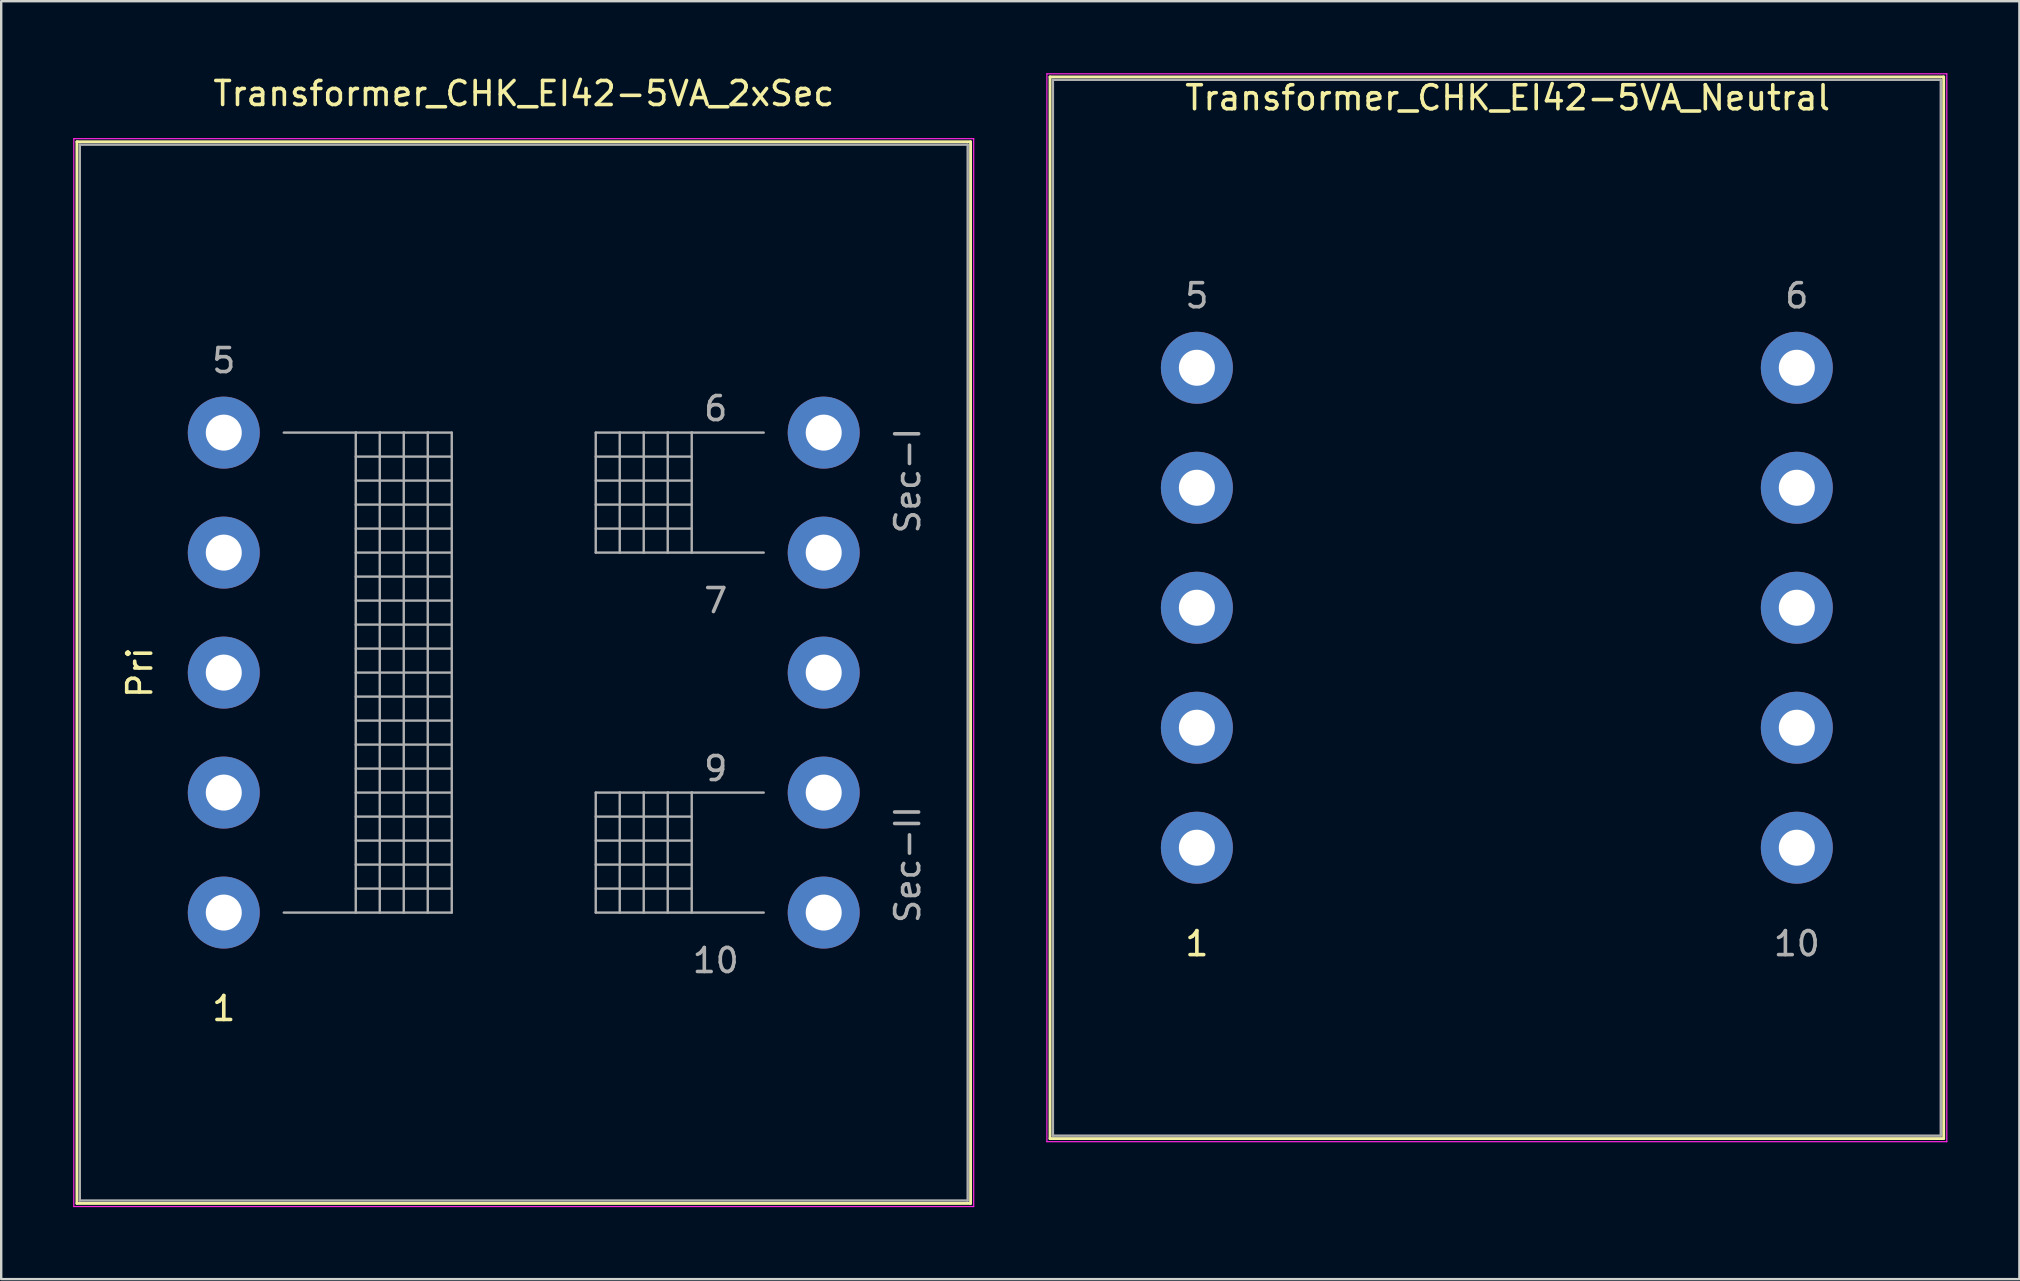
<source format=kicad_pcb>
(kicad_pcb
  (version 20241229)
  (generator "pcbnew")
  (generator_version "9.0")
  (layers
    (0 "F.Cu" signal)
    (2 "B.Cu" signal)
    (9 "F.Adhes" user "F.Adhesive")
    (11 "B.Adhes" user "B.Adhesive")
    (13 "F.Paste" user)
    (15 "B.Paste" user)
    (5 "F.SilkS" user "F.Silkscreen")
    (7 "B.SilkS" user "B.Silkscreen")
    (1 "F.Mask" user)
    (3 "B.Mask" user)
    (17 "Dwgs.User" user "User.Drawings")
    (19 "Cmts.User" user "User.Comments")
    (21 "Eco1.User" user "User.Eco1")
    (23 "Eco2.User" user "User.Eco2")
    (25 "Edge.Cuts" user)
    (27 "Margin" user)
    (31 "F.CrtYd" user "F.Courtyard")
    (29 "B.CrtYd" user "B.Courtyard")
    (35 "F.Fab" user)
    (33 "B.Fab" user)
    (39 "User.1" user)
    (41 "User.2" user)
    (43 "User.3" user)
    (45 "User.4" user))
  (footprint "Transformer_CHK_EI42-5VA_Neutral"
    (layer "F.Cu")
    (at 46.825 32.275)
    (property "Reference" "Transformer_CHK_EI42-5VA_Neutral" (at 12.95 -31.25 0) (layer "F.SilkS") (effects (font (size 1 1) (thickness 0.15))))
    (attr through_hole)
    (fp_line (start -6.12 -32.12) (end -6.12 12.12) (stroke (width 0.12) (type solid)) (layer "F.SilkS"))
    (fp_line (start -6.12 -32.12) (end 31.12 -32.12) (stroke (width 0.12) (type solid)) (layer "F.SilkS"))
    (fp_line (start 31.12 12.12) (end -6.12 12.12) (stroke (width 0.12) (type solid)) (layer "F.SilkS"))
    (fp_line (start 31.12 12.12) (end 31.12 -32.12) (stroke (width 0.12) (type solid)) (layer "F.SilkS"))
    (fp_line (start -6.25 -32.25) (end -6.25 12.25) (stroke (width 0.05) (type solid)) (layer "F.CrtYd"))
    (fp_line (start -6.25 -32.25) (end 31.25 -32.25) (stroke (width 0.05) (type solid)) (layer "F.CrtYd"))
    (fp_line (start 31.25 12.25) (end -6.25 12.25) (stroke (width 0.05) (type solid)) (layer "F.CrtYd"))
    (fp_line (start 31.25 12.25) (end 31.25 -32.25) (stroke (width 0.05) (type solid)) (layer "F.CrtYd"))
    (fp_line (start -6 -32) (end -6 12) (stroke (width 0.1) (type solid)) (layer "F.Fab"))
    (fp_line (start -6 12) (end 31 12) (stroke (width 0.1) (type solid)) (layer "F.Fab"))
    (fp_line (start 31 -32) (end -6 -32) (stroke (width 0.1) (type solid)) (layer "F.Fab"))
    (fp_line (start 31 12) (end 31 -32) (stroke (width 0.1) (type solid)) (layer "F.Fab"))
    (fp_text user "1" (at 0 4 0) (layer "F.SilkS") (effects (font (size 1 1) (thickness 0.15))))
    (fp_text user "6" (at 25 -23 0) (layer "F.Fab") (effects (font (size 1 1) (thickness 0.15))))
    (fp_text user "10" (at 25 4 0) (layer "F.Fab") (effects (font (size 1 1) (thickness 0.15))))
    (fp_text user "5" (at 0 -23 0) (layer "F.Fab") (effects (font (size 1 1) (thickness 0.15))))
    (pad "1" thru_hole circle (at 0 0) (size 3 3) (drill 1.5) (layers "*.Cu" "*.Mask"))
    (pad "2" thru_hole circle (at 0 -5) (size 3 3) (drill 1.5) (layers "*.Cu" "*.Mask"))
    (pad "3" thru_hole circle (at 0 -10) (size 3 3) (drill 1.5) (layers "*.Cu" "*.Mask"))
    (pad "4" thru_hole circle (at 0 -15) (size 3 3) (drill 1.5) (layers "*.Cu" "*.Mask"))
    (pad "5" thru_hole circle (at 0 -20) (size 3 3) (drill 1.5) (layers "*.Cu" "*.Mask"))
    (pad "6" thru_hole circle (at 25 -20) (size 3 3) (drill 1.5) (layers "*.Cu" "*.Mask"))
    (pad "7" thru_hole circle (at 25 -15) (size 3 3) (drill 1.5) (layers "*.Cu" "*.Mask"))
    (pad "8" thru_hole circle (at 25 -10) (size 3 3) (drill 1.5) (layers "*.Cu" "*.Mask"))
    (pad "9" thru_hole circle (at 25 -5) (size 3 3) (drill 1.5) (layers "*.Cu" "*.Mask"))
    (pad "10" thru_hole circle (at 25 0) (size 3 3) (drill 1.5) (layers "*.Cu" "*.Mask")))
  (footprint "Transformer_CHK_EI42-5VA_2xSec"
    (layer "F.Cu")
    (at 6.275 34.978)
    (property "Reference" "Transformer_CHK_EI42-5VA_2xSec" (at 12.5 -34.13 0) (layer "F.SilkS") (effects (font (size 1 1) (thickness 0.15))))
    (attr through_hole)
    (fp_line (start -6.12 -32.12) (end -6.12 12.12) (stroke (width 0.12) (type solid)) (layer "F.SilkS"))
    (fp_line (start -6.12 -32.12) (end 31.12 -32.12) (stroke (width 0.12) (type solid)) (layer "F.SilkS"))
    (fp_line (start 31.12 12.12) (end -6.12 12.12) (stroke (width 0.12) (type solid)) (layer "F.SilkS"))
    (fp_line (start 31.12 12.12) (end 31.12 -32.12) (stroke (width 0.12) (type solid)) (layer "F.SilkS"))
    (fp_line (start -6.25 -32.25) (end -6.25 12.25) (stroke (width 0.05) (type solid)) (layer "F.CrtYd"))
    (fp_line (start -6.25 -32.25) (end 31.25 -32.25) (stroke (width 0.05) (type solid)) (layer "F.CrtYd"))
    (fp_line (start 31.25 12.25) (end -6.25 12.25) (stroke (width 0.05) (type solid)) (layer "F.CrtYd"))
    (fp_line (start 31.25 12.25) (end 31.25 -32.25) (stroke (width 0.05) (type solid)) (layer "F.CrtYd"))
    (fp_line (start -6 -32) (end -6 12) (stroke (width 0.1) (type solid)) (layer "F.Fab"))
    (fp_line (start -6 12) (end 31 12) (stroke (width 0.1) (type solid)) (layer "F.Fab"))
    (fp_line (start 2.5 -20) (end 5.5 -20) (stroke (width 0.1) (type solid)) (layer "F.Fab"))
    (fp_line (start 5.5 -20) (end 5.5 0) (stroke (width 0.1) (type solid)) (layer "F.Fab"))
    (fp_line (start 5.5 -20) (end 6.5 -20) (stroke (width 0.1) (type solid)) (layer "F.Fab"))
    (fp_line (start 5.5 -19) (end 9.5 -19) (stroke (width 0.1) (type solid)) (layer "F.Fab"))
    (fp_line (start 5.5 -18) (end 9.5 -18) (stroke (width 0.1) (type solid)) (layer "F.Fab"))
    (fp_line (start 5.5 -17) (end 9.5 -17) (stroke (width 0.1) (type solid)) (layer "F.Fab"))
    (fp_line (start 5.5 -16) (end 9.5 -16) (stroke (width 0.1) (type solid)) (layer "F.Fab"))
    (fp_line (start 5.5 -15) (end 9.5 -15) (stroke (width 0.1) (type solid)) (layer "F.Fab"))
    (fp_line (start 5.5 -14) (end 9.5 -14) (stroke (width 0.1) (type solid)) (layer "F.Fab"))
    (fp_line (start 5.5 -13) (end 9.5 -13) (stroke (width 0.1) (type solid)) (layer "F.Fab"))
    (fp_line (start 5.5 -12) (end 9.5 -12) (stroke (width 0.1) (type solid)) (layer "F.Fab"))
    (fp_line (start 5.5 -11) (end 9.5 -11) (stroke (width 0.1) (type solid)) (layer "F.Fab"))
    (fp_line (start 5.5 -10) (end 9.5 -10) (stroke (width 0.1) (type solid)) (layer "F.Fab"))
    (fp_line (start 5.5 -9) (end 9.5 -9) (stroke (width 0.1) (type solid)) (layer "F.Fab"))
    (fp_line (start 5.5 -8) (end 9.5 -8) (stroke (width 0.1) (type solid)) (layer "F.Fab"))
    (fp_line (start 5.5 -7) (end 9.5 -7) (stroke (width 0.1) (type solid)) (layer "F.Fab"))
    (fp_line (start 5.5 -6) (end 9.5 -6) (stroke (width 0.1) (type solid)) (layer "F.Fab"))
    (fp_line (start 5.5 -5) (end 9.5 -5) (stroke (width 0.1) (type solid)) (layer "F.Fab"))
    (fp_line (start 5.5 -4) (end 9.5 -4) (stroke (width 0.1) (type solid)) (layer "F.Fab"))
    (fp_line (start 5.5 -3) (end 9.5 -3) (stroke (width 0.1) (type solid)) (layer "F.Fab"))
    (fp_line (start 5.5 -2) (end 9.5 -2) (stroke (width 0.1) (type solid)) (layer "F.Fab"))
    (fp_line (start 5.5 -1) (end 9.5 -1) (stroke (width 0.1) (type solid)) (layer "F.Fab"))
    (fp_line (start 5.5 0) (end 2.5 0) (stroke (width 0.1) (type solid)) (layer "F.Fab"))
    (fp_line (start 6.5 -20) (end 6.5 0) (stroke (width 0.1) (type solid)) (layer "F.Fab"))
    (fp_line (start 6.5 -20) (end 7.5 -20) (stroke (width 0.1) (type solid)) (layer "F.Fab"))
    (fp_line (start 6.5 0) (end 5.5 0) (stroke (width 0.1) (type solid)) (layer "F.Fab"))
    (fp_line (start 7.5 -20) (end 7.5 0) (stroke (width 0.1) (type solid)) (layer "F.Fab"))
    (fp_line (start 7.5 -20) (end 8.5 -20) (stroke (width 0.1) (type solid)) (layer "F.Fab"))
    (fp_line (start 7.5 0) (end 6.5 0) (stroke (width 0.1) (type solid)) (layer "F.Fab"))
    (fp_line (start 8.5 -20) (end 8.5 0) (stroke (width 0.1) (type solid)) (layer "F.Fab"))
    (fp_line (start 8.5 -20) (end 9.5 -20) (stroke (width 0.1) (type solid)) (layer "F.Fab"))
    (fp_line (start 8.5 0) (end 7.5 0) (stroke (width 0.1) (type solid)) (layer "F.Fab"))
    (fp_line (start 9.5 -20) (end 9.5 0) (stroke (width 0.1) (type solid)) (layer "F.Fab"))
    (fp_line (start 9.5 0) (end 8.5 0) (stroke (width 0.1) (type solid)) (layer "F.Fab"))
    (fp_line (start 15.5 -20) (end 15.5 -15) (stroke (width 0.1) (type solid)) (layer "F.Fab"))
    (fp_line (start 15.5 -19) (end 19.5 -19) (stroke (width 0.1) (type solid)) (layer "F.Fab"))
    (fp_line (start 15.5 -17) (end 19.5 -17) (stroke (width 0.1) (type solid)) (layer "F.Fab"))
    (fp_line (start 15.5 -15) (end 16.5 -15) (stroke (width 0.1) (type solid)) (layer "F.Fab"))
    (fp_line (start 15.5 -5) (end 15.5 0) (stroke (width 0.1) (type solid)) (layer "F.Fab"))
    (fp_line (start 15.5 -4) (end 19.5 -4) (stroke (width 0.1) (type solid)) (layer "F.Fab"))
    (fp_line (start 15.5 -3) (end 19.5 -3) (stroke (width 0.1) (type solid)) (layer "F.Fab"))
    (fp_line (start 15.5 -2) (end 19.5 -2) (stroke (width 0.1) (type solid)) (layer "F.Fab"))
    (fp_line (start 15.5 -1) (end 19.5 -1) (stroke (width 0.1) (type solid)) (layer "F.Fab"))
    (fp_line (start 15.5 0) (end 16.5 0) (stroke (width 0.1) (type solid)) (layer "F.Fab"))
    (fp_line (start 16.5 -20) (end 15.5 -20) (stroke (width 0.1) (type solid)) (layer "F.Fab"))
    (fp_line (start 16.5 -20) (end 16.5 -15) (stroke (width 0.1) (type solid)) (layer "F.Fab"))
    (fp_line (start 16.5 -15) (end 17.5 -15) (stroke (width 0.1) (type solid)) (layer "F.Fab"))
    (fp_line (start 16.5 -5) (end 15.5 -5) (stroke (width 0.1) (type solid)) (layer "F.Fab"))
    (fp_line (start 16.5 -5) (end 16.5 0) (stroke (width 0.1) (type solid)) (layer "F.Fab"))
    (fp_line (start 16.5 0) (end 17.5 0) (stroke (width 0.1) (type solid)) (layer "F.Fab"))
    (fp_line (start 17.5 -20) (end 16.5 -20) (stroke (width 0.1) (type solid)) (layer "F.Fab"))
    (fp_line (start 17.5 -20) (end 17.5 -15) (stroke (width 0.1) (type solid)) (layer "F.Fab"))
    (fp_line (start 17.5 -15) (end 18.5 -15) (stroke (width 0.1) (type solid)) (layer "F.Fab"))
    (fp_line (start 17.5 -5) (end 16.5 -5) (stroke (width 0.1) (type solid)) (layer "F.Fab"))
    (fp_line (start 17.5 -5) (end 17.5 0) (stroke (width 0.1) (type solid)) (layer "F.Fab"))
    (fp_line (start 17.5 0) (end 18.5 0) (stroke (width 0.1) (type solid)) (layer "F.Fab"))
    (fp_line (start 18.5 -20) (end 17.5 -20) (stroke (width 0.1) (type solid)) (layer "F.Fab"))
    (fp_line (start 18.5 -20) (end 18.5 -15) (stroke (width 0.1) (type solid)) (layer "F.Fab"))
    (fp_line (start 18.5 -15) (end 19.5 -15) (stroke (width 0.1) (type solid)) (layer "F.Fab"))
    (fp_line (start 18.5 -5) (end 17.5 -5) (stroke (width 0.1) (type solid)) (layer "F.Fab"))
    (fp_line (start 18.5 -5) (end 18.5 0) (stroke (width 0.1) (type solid)) (layer "F.Fab"))
    (fp_line (start 18.5 0) (end 19.5 0) (stroke (width 0.1) (type solid)) (layer "F.Fab"))
    (fp_line (start 19.5 -20) (end 18.5 -20) (stroke (width 0.1) (type solid)) (layer "F.Fab"))
    (fp_line (start 19.5 -20) (end 19.5 -15) (stroke (width 0.1) (type solid)) (layer "F.Fab"))
    (fp_line (start 19.5 -18) (end 15.5 -18) (stroke (width 0.1) (type solid)) (layer "F.Fab"))
    (fp_line (start 19.5 -16) (end 15.5 -16) (stroke (width 0.1) (type solid)) (layer "F.Fab"))
    (fp_line (start 19.5 -15) (end 22.5 -15) (stroke (width 0.1) (type solid)) (layer "F.Fab"))
    (fp_line (start 19.5 -5) (end 18.5 -5) (stroke (width 0.1) (type solid)) (layer "F.Fab"))
    (fp_line (start 19.5 -5) (end 19.5 0) (stroke (width 0.1) (type solid)) (layer "F.Fab"))
    (fp_line (start 19.5 0) (end 22.5 0) (stroke (width 0.1) (type solid)) (layer "F.Fab"))
    (fp_line (start 22.5 -20) (end 19.5 -20) (stroke (width 0.1) (type solid)) (layer "F.Fab"))
    (fp_line (start 22.5 -5) (end 19.5 -5) (stroke (width 0.1) (type solid)) (layer "F.Fab"))
    (fp_line (start 31 -32) (end -6 -32) (stroke (width 0.1) (type solid)) (layer "F.Fab"))
    (fp_line (start 31 12) (end 31 -32) (stroke (width 0.1) (type solid)) (layer "F.Fab"))
    (fp_text user "Pri" (at -3.5 -10 90) (layer "F.SilkS") (effects (font (size 1 1) (thickness 0.15))))
    (fp_text user "1" (at 0 4 0) (layer "F.SilkS") (effects (font (size 1 1) (thickness 0.15))))
    (fp_text user "Sec-I" (at 28.5 -18 90) (layer "F.Fab") (effects (font (size 1 1) (thickness 0.15))))
    (fp_text user "Sec-II" (at 28.5 -2 90) (layer "F.Fab") (effects (font (size 1 1) (thickness 0.15))))
    (fp_text user "9" (at 20.5 -6 0) (layer "F.Fab") (effects (font (size 1 1) (thickness 0.15))))
    (fp_text user "6" (at 20.5 -21 0) (layer "F.Fab") (effects (font (size 1 1) (thickness 0.15))))
    (fp_text user "7" (at 20.5 -13 0) (layer "F.Fab") (effects (font (size 1 1) (thickness 0.15))))
    (fp_text user "5" (at 0 -23 0) (layer "F.Fab") (effects (font (size 1 1) (thickness 0.15))))
    (fp_text user "10" (at 20.5 2 0) (layer "F.Fab") (effects (font (size 1 1) (thickness 0.15))))
    (pad "1" thru_hole circle (at 0 0) (size 3 3) (drill 1.5) (layers "*.Cu" "*.Mask"))
    (pad "2" thru_hole circle (at 0 -5) (size 3 3) (drill 1.5) (layers "*.Cu" "*.Mask"))
    (pad "3" thru_hole circle (at 0 -10) (size 3 3) (drill 1.5) (layers "*.Cu" "*.Mask"))
    (pad "4" thru_hole circle (at 0 -15) (size 3 3) (drill 1.5) (layers "*.Cu" "*.Mask"))
    (pad "5" thru_hole circle (at 0 -20) (size 3 3) (drill 1.5) (layers "*.Cu" "*.Mask"))
    (pad "6" thru_hole circle (at 25 -20) (size 3 3) (drill 1.5) (layers "*.Cu" "*.Mask"))
    (pad "7" thru_hole circle (at 25 -15) (size 3 3) (drill 1.5) (layers "*.Cu" "*.Mask"))
    (pad "8" thru_hole circle (at 25 -10) (size 3 3) (drill 1.5) (layers "*.Cu" "*.Mask"))
    (pad "9" thru_hole circle (at 25 -5) (size 3 3) (drill 1.5) (layers "*.Cu" "*.Mask"))
    (pad "10" thru_hole circle (at 25 0) (size 3 3) (drill 1.5) (layers "*.Cu" "*.Mask")))
  (gr_rect
    (start -3 -3)
    (end 81.1 50.253)
    (stroke (width 0.1) (type default))
    (fill no)
    (layer "Edge.Cuts")))
</source>
